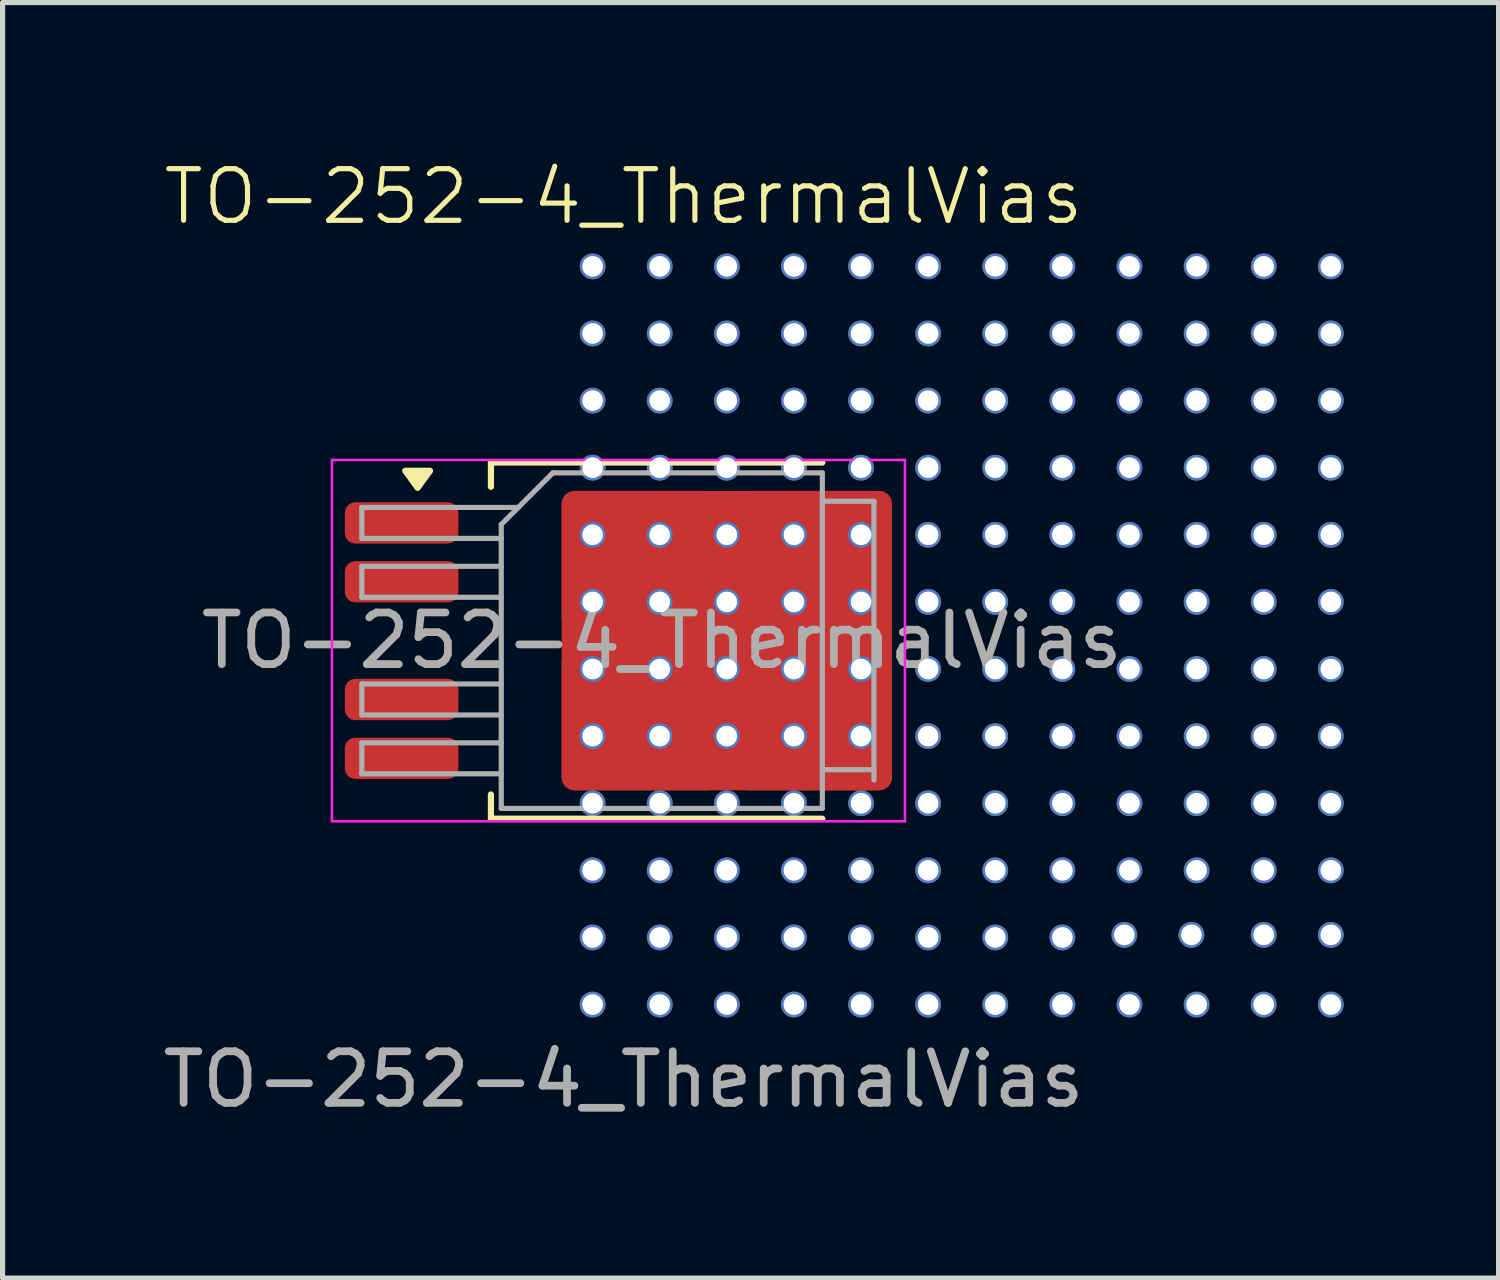
<source format=kicad_pcb>
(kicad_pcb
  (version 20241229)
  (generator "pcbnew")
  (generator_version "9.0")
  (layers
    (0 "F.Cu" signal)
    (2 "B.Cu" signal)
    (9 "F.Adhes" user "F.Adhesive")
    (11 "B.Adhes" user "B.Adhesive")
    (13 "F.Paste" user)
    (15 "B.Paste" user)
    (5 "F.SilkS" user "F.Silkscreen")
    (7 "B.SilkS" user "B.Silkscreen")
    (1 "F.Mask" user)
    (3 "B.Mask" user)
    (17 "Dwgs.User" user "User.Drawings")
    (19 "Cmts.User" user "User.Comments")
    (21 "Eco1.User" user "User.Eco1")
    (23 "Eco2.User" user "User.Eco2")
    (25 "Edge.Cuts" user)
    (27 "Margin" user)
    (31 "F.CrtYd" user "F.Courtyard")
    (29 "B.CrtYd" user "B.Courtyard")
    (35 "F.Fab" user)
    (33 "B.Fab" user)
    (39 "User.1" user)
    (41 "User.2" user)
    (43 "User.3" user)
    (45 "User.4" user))
  (footprint "TO-252-4_ThermalVias"
    (layer "F.Cu")
    (at 9.03 9.46)
    (property "Reference" "TO-252-4_ThermalVias" (at 0 -8.7 0) (unlocked yes) (layer "F.SilkS") (effects (font (size 1 1) (thickness 0.1))))
    (attr smd)
    (fp_line (start -2.57 -3.55) (end -2.57 -3.08) (stroke (width 0.12) (type solid)) (layer "F.SilkS"))
    (fp_line (start -2.57 3.35) (end -2.57 2.88) (stroke (width 0.12) (type solid)) (layer "F.SilkS"))
    (fp_line (start 3.85 -3.55) (end -2.57 -3.55) (stroke (width 0.12) (type solid)) (layer "F.SilkS"))
    (fp_line (start 3.85 3.35) (end -2.57 3.35) (stroke (width 0.12) (type solid)) (layer "F.SilkS"))
    (fp_poly (pts (xy -3.99 -3.06) (xy -4.23 -3.39) (xy -3.75 -3.39) (xy -3.99 -3.06)) (stroke (width 0.12) (type solid)) (fill yes) (layer "F.SilkS"))
    (fp_line (start -5.65 -3.6) (end -5.65 3.4) (stroke (width 0.05) (type solid)) (layer "F.CrtYd"))
    (fp_line (start -5.65 3.4) (end 5.45 3.4) (stroke (width 0.05) (type solid)) (layer "F.CrtYd"))
    (fp_line (start 5.45 -3.6) (end -5.65 -3.6) (stroke (width 0.05) (type solid)) (layer "F.CrtYd"))
    (fp_line (start 5.45 3.4) (end 5.45 -3.6) (stroke (width 0.05) (type solid)) (layer "F.CrtYd"))
    (fp_line (start -5.07 -2.68) (end -5.07 -2.08) (stroke (width 0.1) (type solid)) (layer "F.Fab"))
    (fp_line (start -5.07 -2.08) (end -2.37 -2.08) (stroke (width 0.1) (type solid)) (layer "F.Fab"))
    (fp_line (start -5.07 -1.54) (end -5.07 -0.94) (stroke (width 0.1) (type solid)) (layer "F.Fab"))
    (fp_line (start -5.07 -0.94) (end -2.37 -0.94) (stroke (width 0.1) (type solid)) (layer "F.Fab"))
    (fp_line (start -5.07 0.74) (end -5.07 1.34) (stroke (width 0.1) (type solid)) (layer "F.Fab"))
    (fp_line (start -5.07 1.34) (end -2.37 1.34) (stroke (width 0.1) (type solid)) (layer "F.Fab"))
    (fp_line (start -5.07 1.88) (end -5.07 2.48) (stroke (width 0.1) (type solid)) (layer "F.Fab"))
    (fp_line (start -5.07 2.48) (end -2.37 2.48) (stroke (width 0.1) (type solid)) (layer "F.Fab"))
    (fp_line (start -2.37 -2.35) (end -1.37 -3.35) (stroke (width 0.1) (type solid)) (layer "F.Fab"))
    (fp_line (start -2.37 -1.54) (end -5.07 -1.54) (stroke (width 0.1) (type solid)) (layer "F.Fab"))
    (fp_line (start -2.37 0.74) (end -5.07 0.74) (stroke (width 0.1) (type solid)) (layer "F.Fab"))
    (fp_line (start -2.37 1.88) (end -5.07 1.88) (stroke (width 0.1) (type solid)) (layer "F.Fab"))
    (fp_line (start -2.37 3.15) (end -2.37 -2.35) (stroke (width 0.1) (type solid)) (layer "F.Fab"))
    (fp_line (start -2.04 -2.68) (end -5.07 -2.68) (stroke (width 0.1) (type solid)) (layer "F.Fab"))
    (fp_line (start -1.37 -3.35) (end 3.85 -3.35) (stroke (width 0.1) (type solid)) (layer "F.Fab"))
    (fp_line (start 3.85 -3.35) (end 3.85 3.15) (stroke (width 0.1) (type solid)) (layer "F.Fab"))
    (fp_line (start 3.85 -2.8) (end 4.85 -2.8) (stroke (width 0.1) (type solid)) (layer "F.Fab"))
    (fp_line (start 3.85 3.15) (end -2.37 3.15) (stroke (width 0.1) (type solid)) (layer "F.Fab"))
    (fp_line (start 4.85 -2.8) (end 4.85 2.6) (stroke (width 0.1) (type solid)) (layer "F.Fab"))
    (fp_line (start 4.85 2.4) (end 3.85 2.4) (stroke (width 0.1) (type solid)) (layer "F.Fab"))
    (fp_text user "${REFERENCE}" (at 0.74 -0.1 0) (layer "F.Fab") (effects (font (size 1 1) (thickness 0.15))))
    (fp_text user "${REFERENCE}" (at 0 8.4 0) (unlocked yes) (layer "F.Fab") (effects (font (size 1 1) (thickness 0.15))))
    (pad "1" smd roundrect (at -4.3 -2.38) (size 2.2 0.8) (layers "F.Cu" "F.Mask" "F.Paste") (roundrect_rratio 0.25))
    (pad "2" smd roundrect (at -4.3 -1.24) (size 2.2 0.8) (layers "F.Cu" "F.Mask" "F.Paste") (roundrect_rratio 0.25))
    (pad "3" thru_hole circle (at -0.6 -7.35) (size 0.5 0.5) (drill 0.4) (layers "*.Cu" "*.Mask"))
    (pad "3" thru_hole circle (at -0.6 -6.05) (size 0.5 0.5) (drill 0.4) (layers "*.Cu" "*.Mask"))
    (pad "3" thru_hole circle (at -0.6 -4.75) (size 0.5 0.5) (drill 0.4) (layers "*.Cu" "*.Mask"))
    (pad "3" thru_hole circle (at -0.6 -3.45) (size 0.5 0.5) (drill 0.4) (layers "*.Cu" "*.Mask"))
    (pad "3" thru_hole circle (at -0.6 -2.15) (size 0.5 0.5) (drill 0.4) (layers "*.Cu" "*.Mask"))
    (pad "3" thru_hole circle (at -0.6 -0.85) (size 0.5 0.5) (drill 0.4) (layers "*.Cu" "*.Mask"))
    (pad "3" thru_hole circle (at -0.6 0.45) (size 0.5 0.5) (drill 0.4) (layers "*.Cu" "*.Mask"))
    (pad "3" thru_hole circle (at -0.6 1.75) (size 0.5 0.5) (drill 0.4) (layers "*.Cu" "*.Mask"))
    (pad "3" thru_hole circle (at -0.6 3.05) (size 0.5 0.5) (drill 0.4) (layers "*.Cu" "*.Mask"))
    (pad "3" thru_hole circle (at -0.6 4.35) (size 0.5 0.5) (drill 0.4) (layers "*.Cu" "*.Mask"))
    (pad "3" thru_hole circle (at -0.6 5.65) (size 0.5 0.5) (drill 0.4) (layers "*.Cu" "*.Mask"))
    (pad "3" thru_hole circle (at -0.6 6.95) (size 0.5 0.5) (drill 0.4) (layers "*.Cu" "*.Mask"))
    (pad "3" smd roundrect (at 0.325 -1.625) (size 3.05 2.75) (layers "F.Cu" "F.Paste") (roundrect_rratio 0.091))
    (pad "3" smd roundrect (at 0.325 1.425) (size 3.05 2.75) (layers "F.Cu" "F.Paste") (roundrect_rratio 0.091))
    (pad "3" thru_hole circle (at 0.7 -7.35) (size 0.5 0.5) (drill 0.4) (layers "*.Cu" "*.Mask"))
    (pad "3" thru_hole circle (at 0.7 -6.05) (size 0.5 0.5) (drill 0.4) (layers "*.Cu" "*.Mask"))
    (pad "3" thru_hole circle (at 0.7 -4.75) (size 0.5 0.5) (drill 0.4) (layers "*.Cu" "*.Mask"))
    (pad "3" thru_hole circle (at 0.7 -3.45) (size 0.5 0.5) (drill 0.4) (layers "*.Cu" "*.Mask"))
    (pad "3" thru_hole circle (at 0.7 -2.15) (size 0.5 0.5) (drill 0.4) (layers "*.Cu" "*.Mask"))
    (pad "3" thru_hole circle (at 0.7 -0.85) (size 0.5 0.5) (drill 0.4) (layers "*.Cu" "*.Mask"))
    (pad "3" thru_hole circle (at 0.7 0.45) (size 0.5 0.5) (drill 0.4) (layers "*.Cu" "*.Mask"))
    (pad "3" thru_hole circle (at 0.7 1.75) (size 0.5 0.5) (drill 0.4) (layers "*.Cu" "*.Mask"))
    (pad "3" thru_hole circle (at 0.7 3.05) (size 0.5 0.5) (drill 0.4) (layers "*.Cu" "*.Mask"))
    (pad "3" thru_hole circle (at 0.7 4.35) (size 0.5 0.5) (drill 0.4) (layers "*.Cu" "*.Mask"))
    (pad "3" thru_hole circle (at 0.7 5.65) (size 0.5 0.5) (drill 0.4) (layers "*.Cu" "*.Mask"))
    (pad "3" thru_hole circle (at 0.7 6.95) (size 0.5 0.5) (drill 0.4) (layers "*.Cu" "*.Mask"))
    (pad "3" thru_hole circle (at 2 -7.35) (size 0.5 0.5) (drill 0.4) (layers "*.Cu" "*.Mask"))
    (pad "3" thru_hole circle (at 2 -6.05) (size 0.5 0.5) (drill 0.4) (layers "*.Cu" "*.Mask"))
    (pad "3" thru_hole circle (at 2 -4.75) (size 0.5 0.5) (drill 0.4) (layers "*.Cu" "*.Mask"))
    (pad "3" thru_hole circle (at 2 -3.45) (size 0.5 0.5) (drill 0.4) (layers "*.Cu" "*.Mask"))
    (pad "3" thru_hole circle (at 2 -2.15) (size 0.5 0.5) (drill 0.4) (layers "*.Cu" "*.Mask"))
    (pad "3" thru_hole circle (at 2 -0.85) (size 0.5 0.5) (drill 0.4) (layers "*.Cu" "*.Mask"))
    (pad "3" smd roundrect (at 2 -0.1) (size 6.4 5.8) (layers "F.Cu" "F.Mask") (roundrect_rratio 0.043))
    (pad "3" thru_hole circle (at 2 0.45) (size 0.5 0.5) (drill 0.4) (layers "*.Cu" "*.Mask"))
    (pad "3" thru_hole circle (at 2 1.75) (size 0.5 0.5) (drill 0.4) (layers "*.Cu" "*.Mask"))
    (pad "3" thru_hole circle (at 2 3.05) (size 0.5 0.5) (drill 0.4) (layers "*.Cu" "*.Mask"))
    (pad "3" thru_hole circle (at 2 4.35) (size 0.5 0.5) (drill 0.4) (layers "*.Cu" "*.Mask"))
    (pad "3" thru_hole circle (at 2 5.65) (size 0.5 0.5) (drill 0.4) (layers "*.Cu" "*.Mask"))
    (pad "3" thru_hole circle (at 2 6.95) (size 0.5 0.5) (drill 0.4) (layers "*.Cu" "*.Mask"))
    (pad "3" thru_hole circle (at 3.3 -7.35) (size 0.5 0.5) (drill 0.4) (layers "*.Cu" "*.Mask"))
    (pad "3" thru_hole circle (at 3.3 -6.05) (size 0.5 0.5) (drill 0.4) (layers "*.Cu" "*.Mask"))
    (pad "3" thru_hole circle (at 3.3 -4.75) (size 0.5 0.5) (drill 0.4) (layers "*.Cu" "*.Mask"))
    (pad "3" thru_hole circle (at 3.3 -3.45) (size 0.5 0.5) (drill 0.4) (layers "*.Cu" "*.Mask"))
    (pad "3" thru_hole circle (at 3.3 -2.15) (size 0.5 0.5) (drill 0.4) (layers "*.Cu" "*.Mask"))
    (pad "3" thru_hole circle (at 3.3 -0.85) (size 0.5 0.5) (drill 0.4) (layers "*.Cu" "*.Mask"))
    (pad "3" thru_hole circle (at 3.3 0.45) (size 0.5 0.5) (drill 0.4) (layers "*.Cu" "*.Mask"))
    (pad "3" thru_hole circle (at 3.3 1.75) (size 0.5 0.5) (drill 0.4) (layers "*.Cu" "*.Mask"))
    (pad "3" thru_hole circle (at 3.3 3.05) (size 0.5 0.5) (drill 0.4) (layers "*.Cu" "*.Mask"))
    (pad "3" thru_hole circle (at 3.3 4.35) (size 0.5 0.5) (drill 0.4) (layers "*.Cu" "*.Mask"))
    (pad "3" thru_hole circle (at 3.3 5.65) (size 0.5 0.5) (drill 0.4) (layers "*.Cu" "*.Mask"))
    (pad "3" thru_hole circle (at 3.3 6.95) (size 0.5 0.5) (drill 0.4) (layers "*.Cu" "*.Mask"))
    (pad "3" smd roundrect (at 3.675 -1.625) (size 3.05 2.75) (layers "F.Cu" "F.Paste") (roundrect_rratio 0.091))
    (pad "3" smd roundrect (at 3.675 1.425) (size 3.05 2.75) (layers "F.Cu" "F.Paste") (roundrect_rratio 0.091))
    (pad "3" thru_hole circle (at 4.6 -7.35) (size 0.5 0.5) (drill 0.4) (layers "*.Cu" "*.Mask"))
    (pad "3" thru_hole circle (at 4.6 -6.05) (size 0.5 0.5) (drill 0.4) (layers "*.Cu" "*.Mask"))
    (pad "3" thru_hole circle (at 4.6 -4.75) (size 0.5 0.5) (drill 0.4) (layers "*.Cu" "*.Mask"))
    (pad "3" thru_hole circle (at 4.6 -3.45) (size 0.5 0.5) (drill 0.4) (layers "*.Cu" "*.Mask"))
    (pad "3" thru_hole circle (at 4.6 -2.15) (size 0.5 0.5) (drill 0.4) (layers "*.Cu" "*.Mask"))
    (pad "3" thru_hole circle (at 4.6 -0.85) (size 0.5 0.5) (drill 0.4) (layers "*.Cu" "*.Mask"))
    (pad "3" thru_hole circle (at 4.6 0.45) (size 0.5 0.5) (drill 0.4) (layers "*.Cu" "*.Mask"))
    (pad "3" thru_hole circle (at 4.6 1.75) (size 0.5 0.5) (drill 0.4) (layers "*.Cu" "*.Mask"))
    (pad "3" thru_hole circle (at 4.6 3.05) (size 0.5 0.5) (drill 0.4) (layers "*.Cu" "*.Mask"))
    (pad "3" thru_hole circle (at 4.6 4.35) (size 0.5 0.5) (drill 0.4) (layers "*.Cu" "*.Mask"))
    (pad "3" thru_hole circle (at 4.6 5.65) (size 0.5 0.5) (drill 0.4) (layers "*.Cu" "*.Mask"))
    (pad "3" thru_hole circle (at 4.6 6.95) (size 0.5 0.5) (drill 0.4) (layers "*.Cu" "*.Mask"))
    (pad "3" thru_hole circle (at 5.9 -7.35) (size 0.5 0.5) (drill 0.4) (layers "*.Cu" "*.Mask"))
    (pad "3" thru_hole circle (at 5.9 -6.05) (size 0.5 0.5) (drill 0.4) (layers "*.Cu" "*.Mask"))
    (pad "3" thru_hole circle (at 5.9 -4.75) (size 0.5 0.5) (drill 0.4) (layers "*.Cu" "*.Mask"))
    (pad "3" thru_hole circle (at 5.9 -3.45) (size 0.5 0.5) (drill 0.4) (layers "*.Cu" "*.Mask"))
    (pad "3" thru_hole circle (at 5.9 -2.15) (size 0.5 0.5) (drill 0.4) (layers "*.Cu" "*.Mask"))
    (pad "3" thru_hole circle (at 5.9 -0.85) (size 0.5 0.5) (drill 0.4) (layers "*.Cu" "*.Mask"))
    (pad "3" thru_hole circle (at 5.9 0.45) (size 0.5 0.5) (drill 0.4) (layers "*.Cu" "*.Mask"))
    (pad "3" thru_hole circle (at 5.9 1.75) (size 0.5 0.5) (drill 0.4) (layers "*.Cu" "*.Mask"))
    (pad "3" thru_hole circle (at 5.9 3.05) (size 0.5 0.5) (drill 0.4) (layers "*.Cu" "*.Mask"))
    (pad "3" thru_hole circle (at 5.9 4.35) (size 0.5 0.5) (drill 0.4) (layers "*.Cu" "*.Mask"))
    (pad "3" thru_hole circle (at 5.9 5.65) (size 0.5 0.5) (drill 0.4) (layers "*.Cu" "*.Mask"))
    (pad "3" thru_hole circle (at 5.9 6.95) (size 0.5 0.5) (drill 0.4) (layers "*.Cu" "*.Mask"))
    (pad "3" thru_hole circle (at 7.2 -7.35) (size 0.5 0.5) (drill 0.4) (layers "*.Cu" "*.Mask"))
    (pad "3" thru_hole circle (at 7.2 -6.05) (size 0.5 0.5) (drill 0.4) (layers "*.Cu" "*.Mask"))
    (pad "3" thru_hole circle (at 7.2 -4.75) (size 0.5 0.5) (drill 0.4) (layers "*.Cu" "*.Mask"))
    (pad "3" thru_hole circle (at 7.2 -3.45) (size 0.5 0.5) (drill 0.4) (layers "*.Cu" "*.Mask"))
    (pad "3" thru_hole circle (at 7.2 -2.15) (size 0.5 0.5) (drill 0.4) (layers "*.Cu" "*.Mask"))
    (pad "3" thru_hole circle (at 7.2 -0.85) (size 0.5 0.5) (drill 0.4) (layers "*.Cu" "*.Mask"))
    (pad "3" thru_hole circle (at 7.2 0.45) (size 0.5 0.5) (drill 0.4) (layers "*.Cu" "*.Mask"))
    (pad "3" thru_hole circle (at 7.2 1.75) (size 0.5 0.5) (drill 0.4) (layers "*.Cu" "*.Mask"))
    (pad "3" thru_hole circle (at 7.2 3.05) (size 0.5 0.5) (drill 0.4) (layers "*.Cu" "*.Mask"))
    (pad "3" thru_hole circle (at 7.2 4.35) (size 0.5 0.5) (drill 0.4) (layers "*.Cu" "*.Mask"))
    (pad "3" thru_hole circle (at 7.2 5.65) (size 0.5 0.5) (drill 0.4) (layers "*.Cu" "*.Mask"))
    (pad "3" thru_hole circle (at 7.2 6.95) (size 0.5 0.5) (drill 0.4) (layers "*.Cu" "*.Mask"))
    (pad "3" thru_hole circle (at 8.5 -7.35) (size 0.5 0.5) (drill 0.4) (layers "*.Cu" "*.Mask"))
    (pad "3" thru_hole circle (at 8.5 -6.05) (size 0.5 0.5) (drill 0.4) (layers "*.Cu" "*.Mask"))
    (pad "3" thru_hole circle (at 8.5 -4.75) (size 0.5 0.5) (drill 0.4) (layers "*.Cu" "*.Mask"))
    (pad "3" thru_hole circle (at 8.5 -3.45) (size 0.5 0.5) (drill 0.4) (layers "*.Cu" "*.Mask"))
    (pad "3" thru_hole circle (at 8.5 -2.15) (size 0.5 0.5) (drill 0.4) (layers "*.Cu" "*.Mask"))
    (pad "3" thru_hole circle (at 8.5 -0.85) (size 0.5 0.5) (drill 0.4) (layers "*.Cu" "*.Mask"))
    (pad "3" thru_hole circle (at 8.5 0.45) (size 0.5 0.5) (drill 0.4) (layers "*.Cu" "*.Mask"))
    (pad "3" thru_hole circle (at 8.5 1.75) (size 0.5 0.5) (drill 0.4) (layers "*.Cu" "*.Mask"))
    (pad "3" thru_hole circle (at 8.5 3.05) (size 0.5 0.5) (drill 0.4) (layers "*.Cu" "*.Mask"))
    (pad "3" thru_hole circle (at 8.5 4.35) (size 0.5 0.5) (drill 0.4) (layers "*.Cu" "*.Mask"))
    (pad "3" thru_hole circle (at 8.5 5.65) (size 0.5 0.5) (drill 0.4) (layers "*.Cu" "*.Mask"))
    (pad "3" thru_hole circle (at 8.5 6.95) (size 0.5 0.5) (drill 0.4) (layers "*.Cu" "*.Mask"))
    (pad "3" thru_hole circle (at 9.7 5.6) (size 0.5 0.5) (drill 0.4) (layers "*.Cu" "*.Mask"))
    (pad "3" thru_hole circle (at 9.8 -7.35) (size 0.5 0.5) (drill 0.4) (layers "*.Cu" "*.Mask"))
    (pad "3" thru_hole circle (at 9.8 -6.05) (size 0.5 0.5) (drill 0.4) (layers "*.Cu" "*.Mask"))
    (pad "3" thru_hole circle (at 9.8 -4.75) (size 0.5 0.5) (drill 0.4) (layers "*.Cu" "*.Mask"))
    (pad "3" thru_hole circle (at 9.8 -3.45) (size 0.5 0.5) (drill 0.4) (layers "*.Cu" "*.Mask"))
    (pad "3" thru_hole circle (at 9.8 -2.15) (size 0.5 0.5) (drill 0.4) (layers "*.Cu" "*.Mask"))
    (pad "3" thru_hole circle (at 9.8 -0.85) (size 0.5 0.5) (drill 0.4) (layers "*.Cu" "*.Mask"))
    (pad "3" thru_hole circle (at 9.8 0.45) (size 0.5 0.5) (drill 0.4) (layers "*.Cu" "*.Mask"))
    (pad "3" thru_hole circle (at 9.8 1.75) (size 0.5 0.5) (drill 0.4) (layers "*.Cu" "*.Mask"))
    (pad "3" thru_hole circle (at 9.8 3.05) (size 0.5 0.5) (drill 0.4) (layers "*.Cu" "*.Mask"))
    (pad "3" thru_hole circle (at 9.8 4.35) (size 0.5 0.5) (drill 0.4) (layers "*.Cu" "*.Mask"))
    (pad "3" thru_hole circle (at 9.8 6.95) (size 0.5 0.5) (drill 0.4) (layers "*.Cu" "*.Mask"))
    (pad "3" thru_hole circle (at 11 5.6) (size 0.5 0.5) (drill 0.4) (layers "*.Cu" "*.Mask"))
    (pad "3" thru_hole circle (at 11.1 -7.35) (size 0.5 0.5) (drill 0.4) (layers "*.Cu" "*.Mask"))
    (pad "3" thru_hole circle (at 11.1 -6.05) (size 0.5 0.5) (drill 0.4) (layers "*.Cu" "*.Mask"))
    (pad "3" thru_hole circle (at 11.1 -4.75) (size 0.5 0.5) (drill 0.4) (layers "*.Cu" "*.Mask"))
    (pad "3" thru_hole circle (at 11.1 -3.45) (size 0.5 0.5) (drill 0.4) (layers "*.Cu" "*.Mask"))
    (pad "3" thru_hole circle (at 11.1 -2.15) (size 0.5 0.5) (drill 0.4) (layers "*.Cu" "*.Mask"))
    (pad "3" thru_hole circle (at 11.1 -0.85) (size 0.5 0.5) (drill 0.4) (layers "*.Cu" "*.Mask"))
    (pad "3" thru_hole circle (at 11.1 0.45) (size 0.5 0.5) (drill 0.4) (layers "*.Cu" "*.Mask"))
    (pad "3" thru_hole circle (at 11.1 1.75) (size 0.5 0.5) (drill 0.4) (layers "*.Cu" "*.Mask"))
    (pad "3" thru_hole circle (at 11.1 3.05) (size 0.5 0.5) (drill 0.4) (layers "*.Cu" "*.Mask"))
    (pad "3" thru_hole circle (at 11.1 4.35) (size 0.5 0.5) (drill 0.4) (layers "*.Cu" "*.Mask"))
    (pad "3" thru_hole circle (at 11.1 6.95) (size 0.5 0.5) (drill 0.4) (layers "*.Cu" "*.Mask"))
    (pad "3" thru_hole circle (at 12.4 -7.35) (size 0.5 0.5) (drill 0.4) (layers "*.Cu" "*.Mask"))
    (pad "3" thru_hole circle (at 12.4 -6.05) (size 0.5 0.5) (drill 0.4) (layers "*.Cu" "*.Mask"))
    (pad "3" thru_hole circle (at 12.4 -4.75) (size 0.5 0.5) (drill 0.4) (layers "*.Cu" "*.Mask"))
    (pad "3" thru_hole circle (at 12.4 -3.45) (size 0.5 0.5) (drill 0.4) (layers "*.Cu" "*.Mask"))
    (pad "3" thru_hole circle (at 12.4 -2.15) (size 0.5 0.5) (drill 0.4) (layers "*.Cu" "*.Mask"))
    (pad "3" thru_hole circle (at 12.4 -0.85) (size 0.5 0.5) (drill 0.4) (layers "*.Cu" "*.Mask"))
    (pad "3" thru_hole circle (at 12.4 0.45) (size 0.5 0.5) (drill 0.4) (layers "*.Cu" "*.Mask"))
    (pad "3" thru_hole circle (at 12.4 1.75) (size 0.5 0.5) (drill 0.4) (layers "*.Cu" "*.Mask"))
    (pad "3" thru_hole circle (at 12.4 3.05) (size 0.5 0.5) (drill 0.4) (layers "*.Cu" "*.Mask"))
    (pad "3" thru_hole circle (at 12.4 4.35) (size 0.5 0.5) (drill 0.4) (layers "*.Cu" "*.Mask"))
    (pad "3" thru_hole circle (at 12.4 5.6) (size 0.5 0.5) (drill 0.4) (layers "*.Cu" "*.Mask"))
    (pad "3" thru_hole circle (at 12.4 6.95) (size 0.5 0.5) (drill 0.4) (layers "*.Cu" "*.Mask"))
    (pad "3" thru_hole circle (at 13.7 -7.35) (size 0.5 0.5) (drill 0.4) (layers "*.Cu" "*.Mask"))
    (pad "3" thru_hole circle (at 13.7 -6.05) (size 0.5 0.5) (drill 0.4) (layers "*.Cu" "*.Mask"))
    (pad "3" thru_hole circle (at 13.7 -4.75) (size 0.5 0.5) (drill 0.4) (layers "*.Cu" "*.Mask"))
    (pad "3" thru_hole circle (at 13.7 -3.45) (size 0.5 0.5) (drill 0.4) (layers "*.Cu" "*.Mask"))
    (pad "3" thru_hole circle (at 13.7 -2.15) (size 0.5 0.5) (drill 0.4) (layers "*.Cu" "*.Mask"))
    (pad "3" thru_hole circle (at 13.7 -0.85) (size 0.5 0.5) (drill 0.4) (layers "*.Cu" "*.Mask"))
    (pad "3" thru_hole circle (at 13.7 0.45) (size 0.5 0.5) (drill 0.4) (layers "*.Cu" "*.Mask"))
    (pad "3" thru_hole circle (at 13.7 1.75) (size 0.5 0.5) (drill 0.4) (layers "*.Cu" "*.Mask"))
    (pad "3" thru_hole circle (at 13.7 3.05) (size 0.5 0.5) (drill 0.4) (layers "*.Cu" "*.Mask"))
    (pad "3" thru_hole circle (at 13.7 4.35) (size 0.5 0.5) (drill 0.4) (layers "*.Cu" "*.Mask"))
    (pad "3" thru_hole circle (at 13.7 5.6) (size 0.5 0.5) (drill 0.4) (layers "*.Cu" "*.Mask"))
    (pad "3" thru_hole circle (at 13.7 6.95) (size 0.5 0.5) (drill 0.4) (layers "*.Cu" "*.Mask"))
    (pad "4" smd roundrect (at -4.3 1.04) (size 2.2 0.8) (layers "F.Cu" "F.Mask" "F.Paste") (roundrect_rratio 0.25))
    (pad "5" smd roundrect (at -4.3 2.18) (size 2.2 0.8) (layers "F.Cu" "F.Mask" "F.Paste") (roundrect_rratio 0.25)))
  (gr_rect
    (start -3 -3)
    (end 25.98 21.709)
    (stroke (width 0.1) (type default))
    (fill no)
    (layer "Edge.Cuts")))
</source>
